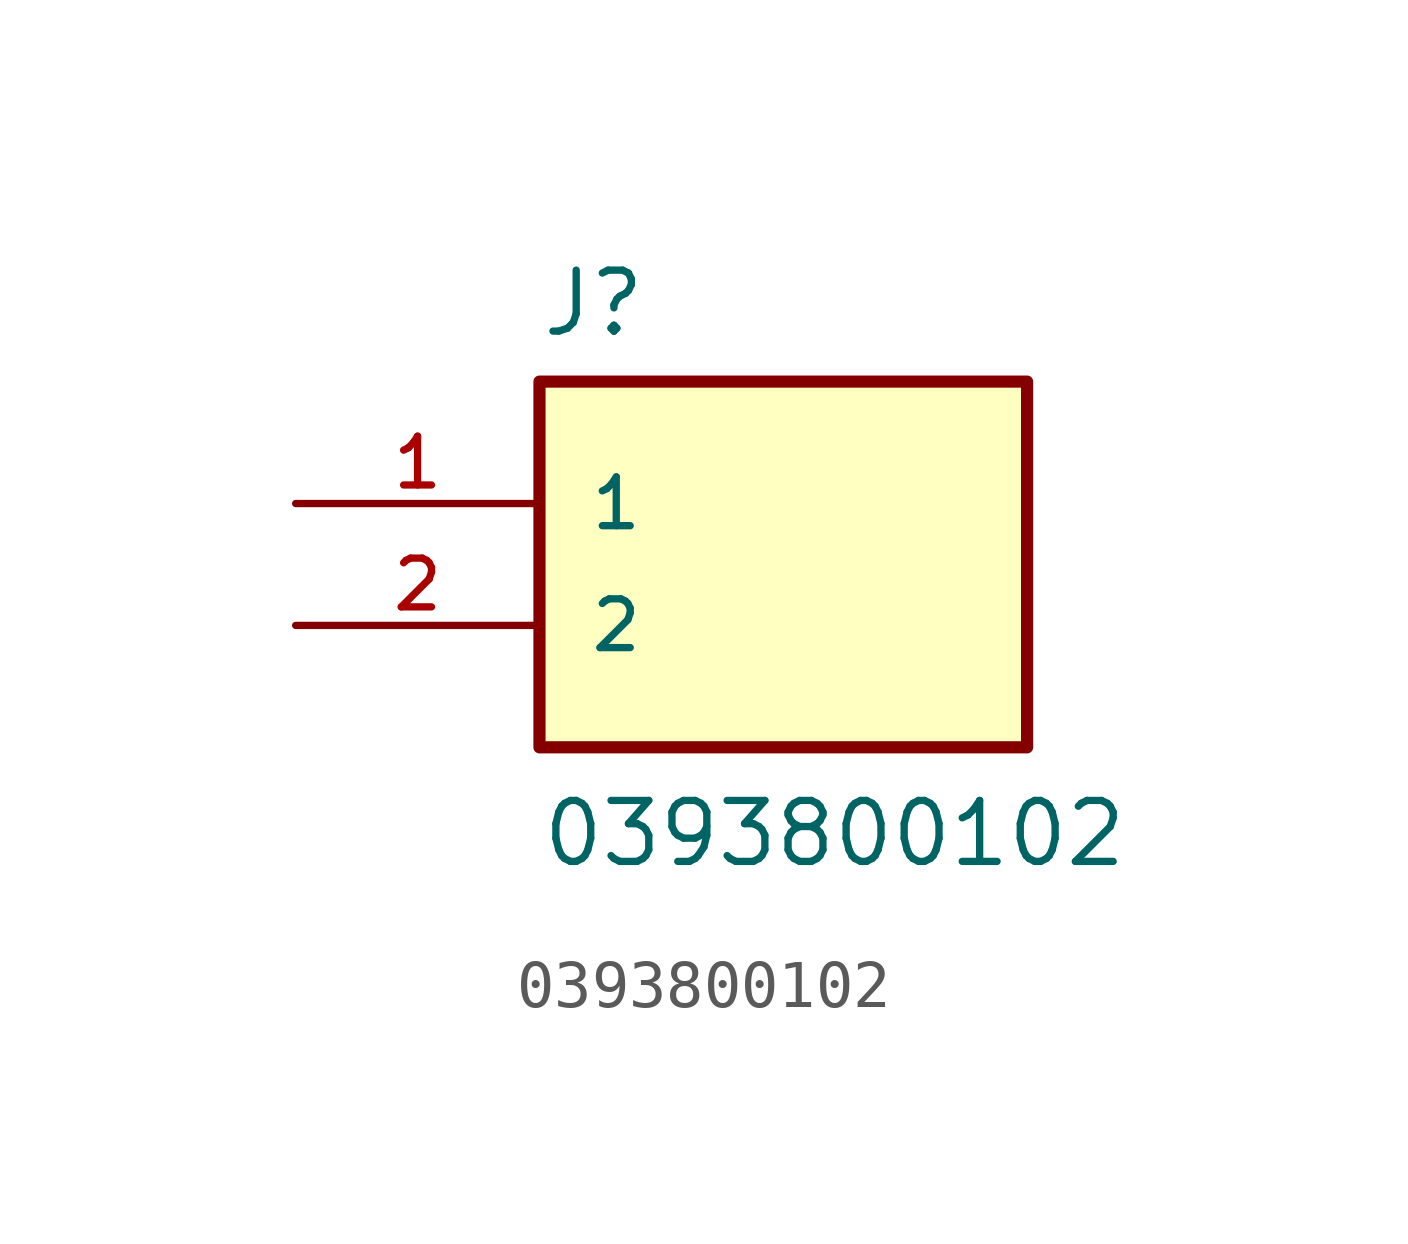
<source format=kicad_sym>
(kicad_symbol_lib
  (version 20211014)
  (generator kicad_symbol_editor)
  (symbol "0393800102"
    (pin_names
      (offset 1.016))
    (property "Reference" "J"
      (at -5.08 3.429 0)
      (effects (font (size 1.27 1.27)) (justify left bottom)))
    (property "Value" "0393800102"
      (at -5.08 -7.62 0)
      (effects (font (size 1.27 1.27)) (justify left bottom)))
    (property "ki_locked" ""
      (at 0 0 0)
      (effects (font (size 1.27 1.27))))
    (symbol "0393800102_0_0"
      (rectangle (start -5.08 -5.08) (end 5.08 2.54) (stroke (width 0.254) (type default) (color 0 0 0 0)) (fill (type background)))
      (pin passive line (at -10.16 0 0) (length 5.08) (name "1" (effects (font (size 1.016 1.016)))) (number "1" (effects (font (size 1.016 1.016)))))
      (pin passive line (at -10.16 -2.54 0) (length 5.08) (name "2" (effects (font (size 1.016 1.016)))) (number "2" (effects (font (size 1.016 1.016))))))))
</source>
